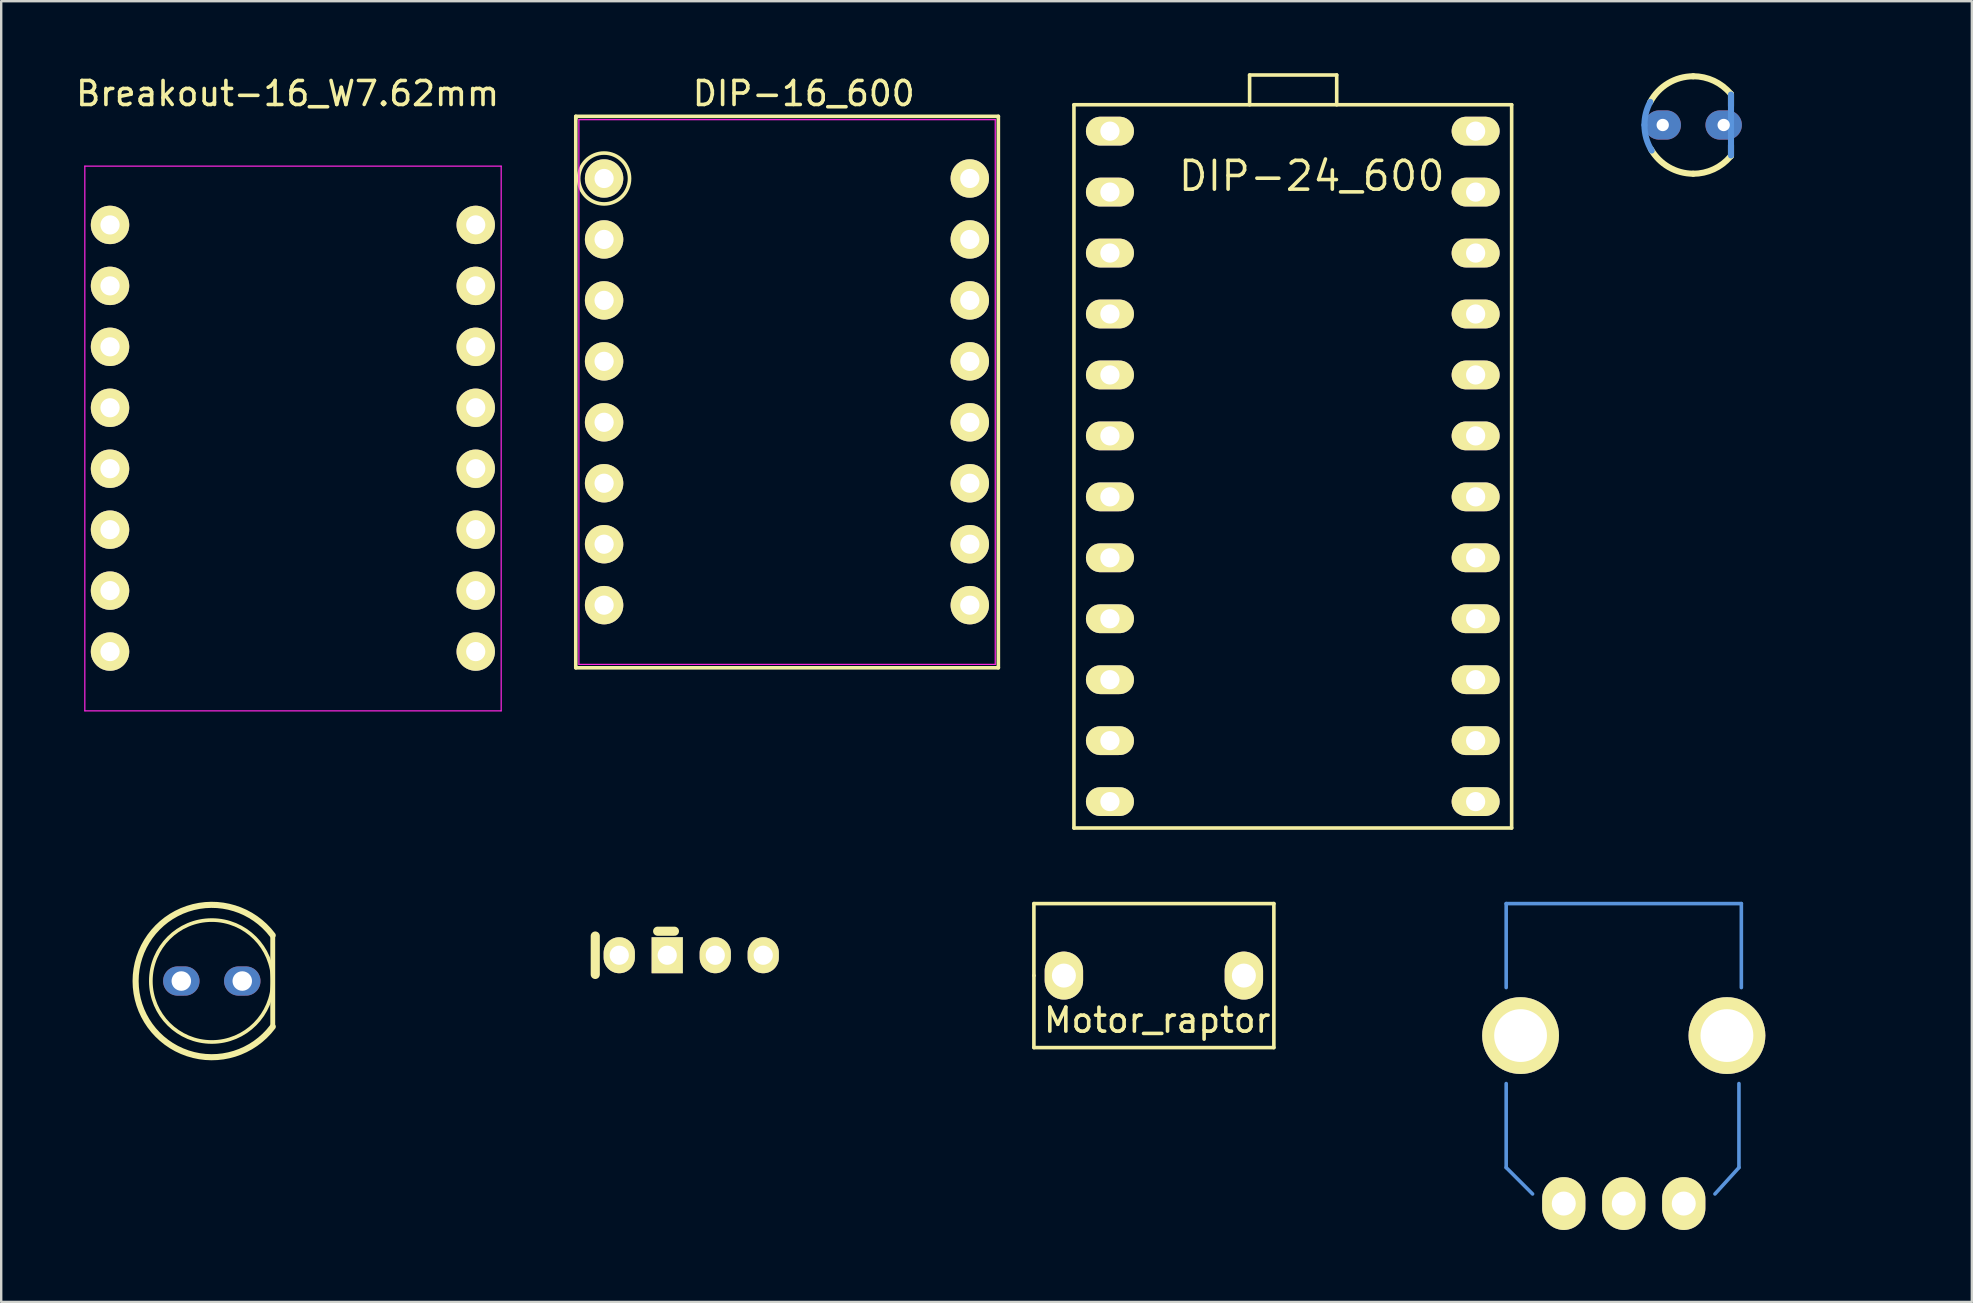
<source format=kicad_pcb>
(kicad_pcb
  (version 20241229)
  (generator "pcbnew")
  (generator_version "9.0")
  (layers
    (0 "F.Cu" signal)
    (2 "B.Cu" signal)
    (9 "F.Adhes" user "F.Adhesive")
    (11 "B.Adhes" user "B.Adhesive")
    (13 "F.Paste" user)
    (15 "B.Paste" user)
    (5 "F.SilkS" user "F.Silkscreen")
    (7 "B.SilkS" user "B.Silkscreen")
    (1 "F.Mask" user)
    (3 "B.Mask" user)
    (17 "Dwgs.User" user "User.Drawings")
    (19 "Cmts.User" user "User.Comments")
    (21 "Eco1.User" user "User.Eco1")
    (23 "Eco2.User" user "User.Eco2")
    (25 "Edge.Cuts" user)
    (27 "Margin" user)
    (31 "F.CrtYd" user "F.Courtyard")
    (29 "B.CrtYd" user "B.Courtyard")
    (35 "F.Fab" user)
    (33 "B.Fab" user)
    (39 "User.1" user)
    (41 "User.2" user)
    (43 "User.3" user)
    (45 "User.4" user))
  (footprint "DIP-16_600"
    (layer "F.Cu")
    (at 22.124 4.388)
    (property "Reference" "DIP-16_600" (at 8.32 -3.54 0) (layer "F.SilkS") (effects (font (size 1 1) (thickness 0.15))))
    (attr through_hole)
    (fp_line (start -1.18 -2.59) (end -1.18 -2.49) (stroke (width 0.15) (type solid)) (layer "F.SilkS"))
    (fp_line (start -1.18 -2.55) (end -1.18 20.39) (stroke (width 0.15) (type solid)) (layer "F.SilkS"))
    (fp_line (start -1.18 20.39) (end 16.43 20.39) (stroke (width 0.15) (type solid)) (layer "F.SilkS"))
    (fp_line (start 16.43 -2.59) (end -1.18 -2.59) (stroke (width 0.15) (type solid)) (layer "F.SilkS"))
    (fp_line (start 16.43 20.39) (end 16.43 -2.59) (stroke (width 0.15) (type solid)) (layer "F.SilkS"))
    (fp_circle (center 0 0) (end 1.05 0.15) (stroke (width 0.15) (type solid)) (fill no) (layer "F.SilkS"))
    (fp_line (start -1.05 -2.45) (end -1.05 20.25) (stroke (width 0.05) (type solid)) (layer "F.CrtYd"))
    (fp_line (start -1.05 -2.45) (end 16.3 -2.45) (stroke (width 0.05) (type solid)) (layer "F.CrtYd"))
    (fp_line (start -1.05 20.25) (end 16.3 20.25) (stroke (width 0.05) (type solid)) (layer "F.CrtYd"))
    (fp_line (start 16.3 -2.45) (end 16.3 20.25) (stroke (width 0.05) (type solid)) (layer "F.CrtYd"))
    (pad "1" thru_hole oval (at 0 0) (size 1.6 1.6) (drill 0.8) (layers "*.Cu" "*.Mask" "F.SilkS"))
    (pad "2" thru_hole oval (at 0 2.54) (size 1.6 1.6) (drill 0.8) (layers "*.Cu" "*.Mask" "F.SilkS"))
    (pad "3" thru_hole oval (at 0 5.08) (size 1.6 1.6) (drill 0.8) (layers "*.Cu" "*.Mask" "F.SilkS"))
    (pad "4" thru_hole oval (at 0 7.62) (size 1.6 1.6) (drill 0.8) (layers "*.Cu" "*.Mask" "F.SilkS"))
    (pad "5" thru_hole oval (at 0 10.16) (size 1.6 1.6) (drill 0.8) (layers "*.Cu" "*.Mask" "F.SilkS"))
    (pad "6" thru_hole oval (at 0 12.7) (size 1.6 1.6) (drill 0.8) (layers "*.Cu" "*.Mask" "F.SilkS"))
    (pad "7" thru_hole oval (at 0 15.24) (size 1.6 1.6) (drill 0.8) (layers "*.Cu" "*.Mask" "F.SilkS"))
    (pad "8" thru_hole oval (at 0 17.78) (size 1.6 1.6) (drill 0.8) (layers "*.Cu" "*.Mask" "F.SilkS"))
    (pad "9" thru_hole oval (at 15.24 17.78) (size 1.6 1.6) (drill 0.8) (layers "*.Cu" "*.Mask" "F.SilkS"))
    (pad "10" thru_hole oval (at 15.24 15.24) (size 1.6 1.6) (drill 0.8) (layers "*.Cu" "*.Mask" "F.SilkS"))
    (pad "11" thru_hole oval (at 15.24 12.7) (size 1.6 1.6) (drill 0.8) (layers "*.Cu" "*.Mask" "F.SilkS"))
    (pad "12" thru_hole oval (at 15.24 10.16) (size 1.6 1.6) (drill 0.8) (layers "*.Cu" "*.Mask" "F.SilkS"))
    (pad "13" thru_hole oval (at 15.24 7.62) (size 1.6 1.6) (drill 0.8) (layers "*.Cu" "*.Mask" "F.SilkS"))
    (pad "14" thru_hole oval (at 15.24 5.08) (size 1.6 1.6) (drill 0.8) (layers "*.Cu" "*.Mask" "F.SilkS"))
    (pad "15" thru_hole oval (at 15.24 2.54) (size 1.6 1.6) (drill 0.8) (layers "*.Cu" "*.Mask" "F.SilkS"))
    (pad "16" thru_hole oval (at 15.24 0) (size 1.6 1.6) (drill 0.8) (layers "*.Cu" "*.Mask" "F.SilkS")))
  (footprint "DIP-24_600"
    (layer "F.Cu")
    (at 50.824 16.015)
    (property "Reference" "DIP-24_600" (at 0.79 -11.73 0) (layer "F.SilkS") (effects (font (size 1.2 1.2) (thickness 0.15))))
    (attr through_hole)
    (fp_line (start -9.12 -14.7) (end 9.12 -14.7) (stroke (width 0.15) (type solid)) (layer "F.SilkS"))
    (fp_line (start -9.12 15.44) (end 9.12 15.44) (stroke (width 0.15) (type solid)) (layer "F.SilkS"))
    (fp_line (start -9.12 -14.7) (end -9.12 15.44) (stroke (width 0.15) (type solid)) (layer "F.SilkS"))
    (fp_line (start -1.8 -15.94) (end 1.83 -15.94) (stroke (width 0.15) (type solid)) (layer "F.SilkS"))
    (fp_line (start -1.8 -14.7) (end -1.8 -15.94) (stroke (width 0.15) (type solid)) (layer "F.SilkS"))
    (fp_line (start 1.83 -15.94) (end 1.83 -14.7) (stroke (width 0.15) (type solid)) (layer "F.SilkS"))
    (fp_line (start 9.12 15.44) (end 9.12 -14.7) (stroke (width 0.15) (type solid)) (layer "F.SilkS"))
    (pad "1" thru_hole oval (at -7.62 -13.6 270) (size 1.2 2) (drill 0.8) (layers "*.Cu" "*.Mask" "F.SilkS"))
    (pad "2" thru_hole oval (at -7.62 -11.06 270) (size 1.2 2) (drill 0.8) (layers "*.Cu" "*.Mask" "F.SilkS"))
    (pad "3" thru_hole oval (at -7.62 -8.52 270) (size 1.2 2) (drill 0.8) (layers "*.Cu" "*.Mask" "F.SilkS"))
    (pad "4" thru_hole oval (at -7.62 -5.98 270) (size 1.2 2) (drill 0.8) (layers "*.Cu" "*.Mask" "F.SilkS"))
    (pad "5" thru_hole oval (at -7.62 -3.44 270) (size 1.2 2) (drill 0.8) (layers "*.Cu" "*.Mask" "F.SilkS"))
    (pad "6" thru_hole oval (at -7.62 -0.9 270) (size 1.2 2) (drill 0.8) (layers "*.Cu" "*.Mask" "F.SilkS"))
    (pad "7" thru_hole oval (at -7.62 1.64 270) (size 1.2 2) (drill 0.8) (layers "*.Cu" "*.Mask" "F.SilkS"))
    (pad "8" thru_hole oval (at -7.62 4.18 270) (size 1.2 2) (drill 0.8) (layers "*.Cu" "*.Mask" "F.SilkS"))
    (pad "9" thru_hole oval (at -7.62 6.72 270) (size 1.2 2) (drill 0.8) (layers "*.Cu" "*.Mask" "F.SilkS"))
    (pad "10" thru_hole oval (at -7.62 9.26 270) (size 1.2 2) (drill 0.8) (layers "*.Cu" "*.Mask" "F.SilkS"))
    (pad "11" thru_hole oval (at -7.62 11.8 270) (size 1.2 2) (drill 0.8) (layers "*.Cu" "*.Mask" "F.SilkS"))
    (pad "12" thru_hole oval (at -7.62 14.34 270) (size 1.2 2) (drill 0.8) (layers "*.Cu" "*.Mask" "F.SilkS"))
    (pad "13" thru_hole oval (at 7.62 14.34 270) (size 1.2 2) (drill 0.8) (layers "*.Cu" "*.Mask" "F.SilkS"))
    (pad "14" thru_hole oval (at 7.62 11.8 270) (size 1.2 2) (drill 0.8) (layers "*.Cu" "*.Mask" "F.SilkS"))
    (pad "15" thru_hole oval (at 7.62 9.26 270) (size 1.2 2) (drill 0.8) (layers "*.Cu" "*.Mask" "F.SilkS"))
    (pad "16" thru_hole oval (at 7.62 6.72 270) (size 1.2 2) (drill 0.8) (layers "*.Cu" "*.Mask" "F.SilkS"))
    (pad "17" thru_hole oval (at 7.62 4.18 270) (size 1.2 2) (drill 0.8) (layers "*.Cu" "*.Mask" "F.SilkS"))
    (pad "18" thru_hole oval (at 7.62 1.64 270) (size 1.2 2) (drill 0.8) (layers "*.Cu" "*.Mask" "F.SilkS"))
    (pad "19" thru_hole oval (at 7.62 -0.9 270) (size 1.2 2) (drill 0.8) (layers "*.Cu" "*.Mask" "F.SilkS"))
    (pad "20" thru_hole oval (at 7.62 -3.44 270) (size 1.2 2) (drill 0.8) (layers "*.Cu" "*.Mask" "F.SilkS"))
    (pad "21" thru_hole oval (at 7.62 -5.98 270) (size 1.2 2) (drill 0.8) (layers "*.Cu" "*.Mask" "F.SilkS"))
    (pad "22" thru_hole oval (at 7.62 -8.52 270) (size 1.2 2) (drill 0.8) (layers "*.Cu" "*.Mask" "F.SilkS"))
    (pad "23" thru_hole oval (at 7.62 -11.06 270) (size 1.2 2) (drill 0.8) (layers "*.Cu" "*.Mask" "F.SilkS"))
    (pad "24" thru_hole oval (at 7.62 -13.6 270) (size 1.2 2) (drill 0.8) (layers "*.Cu" "*.Mask" "F.SilkS")))
  (footprint "LED-RGB-8MM-COM-K-MINIMAL_easy_soldering"
    (layer "F.Cu")
    (at 25.756 36.757)
    (property "Reference" "LED-RGB-8MM-COM-K-MINIMAL_easy_soldering" (at 0 -1.7 0) (layer "Eco1.User") (effects (font (size 0.6 0.6) (thickness 0.1))))
    (attr through_hole)
    (fp_line (start -4 -0.8) (end -4 0.8) (stroke (width 0.381) (type solid)) (layer "F.SilkS"))
    (fp_line (start -1.4 -1.001) (end -0.701 -1.001) (stroke (width 0.381) (type solid)) (layer "F.SilkS"))
    (pad "AB" thru_hole oval (at 3 0) (size 1.3 1.5) (drill 0.8) (layers "*.Cu" "*.Mask" "F.SilkS"))
    (pad "AG" thru_hole oval (at 1.001 0) (size 1.3 1.5) (drill 0.8) (layers "*.Cu" "*.Mask" "F.SilkS"))
    (pad "AR" thru_hole oval (at -3 0) (size 1.3 1.5) (drill 0.8) (layers "*.Cu" "*.Mask" "F.SilkS"))
    (pad "K" thru_hole rect (at -1.001 0) (size 1.3 1.5) (drill 0.8) (layers "*.Cu" "*.Mask" "F.SilkS")))
  (footprint "POT_RV09_VERT_easySoldering"
    (layer "F.Cu")
    (at 64.616 40.105)
    (property "Reference" "POT_RV09_VERT_easySoldering" (at 0 4.5 0) (layer "Eco1.User") (effects (font (size 1 1) (thickness 0.15))))
    (attr through_hole)
    (fp_line (start -4.9 -5.5) (end 4.9 -5.5) (stroke (width 0.15) (type solid)) (layer "Cmts.User"))
    (fp_line (start -4.9 -2) (end -4.9 -5.5) (stroke (width 0.15) (type solid)) (layer "Cmts.User"))
    (fp_line (start -4.9 2) (end -4.9 5.5) (stroke (width 0.15) (type solid)) (layer "Cmts.User"))
    (fp_line (start -4.9 5.5) (end -3.8 6.6) (stroke (width 0.15) (type solid)) (layer "Cmts.User"))
    (fp_line (start 3.8 6.6) (end 4.8 5.5) (stroke (width 0.15) (type solid)) (layer "Cmts.User"))
    (fp_line (start 4.8 5.5) (end 4.8 2) (stroke (width 0.15) (type solid)) (layer "Cmts.User"))
    (fp_line (start 4.9 -5.5) (end 4.9 -2) (stroke (width 0.15) (type solid)) (layer "Cmts.User"))
    (pad "" thru_hole circle (at -4.3 0) (size 3.2 3.2) (drill 2.2) (layers "*.Cu" "*.Mask" "F.SilkS"))
    (pad "" thru_hole circle (at 4.3 0) (size 3.2 3.2) (drill 2.2) (layers "*.Cu" "*.Mask" "F.SilkS"))
    (pad "1" thru_hole oval (at -2.5 7) (size 1.8 2.2) (drill 1) (layers "*.Cu" "*.Mask" "F.SilkS"))
    (pad "2" thru_hole oval (at 2.5 7) (size 1.8 2.2) (drill 1) (layers "*.Cu" "*.Mask" "F.SilkS"))
    (pad "W" thru_hole oval (at 0 7) (size 1.8 2.2) (drill 1) (layers "*.Cu" "*.Mask" "F.SilkS")))
  (footprint "Breakout-16_W7.62mm"
    (layer "F.Cu")
    (at 1.535 6.323)
    (property "Reference" "Breakout-16_W7.62mm" (at 7.4 -5.475 0) (layer "F.SilkS") (effects (font (size 1 1) (thickness 0.15))))
    (attr through_hole)
    (fp_line (start -1.05 -2.45) (end -1.05 20.25) (stroke (width 0.05) (type solid)) (layer "F.CrtYd"))
    (fp_line (start -1.05 -2.45) (end 16.3 -2.45) (stroke (width 0.05) (type solid)) (layer "F.CrtYd"))
    (fp_line (start -1.05 20.25) (end 16.3 20.25) (stroke (width 0.05) (type solid)) (layer "F.CrtYd"))
    (fp_line (start 16.3 -2.45) (end 16.3 20.25) (stroke (width 0.05) (type solid)) (layer "F.CrtYd"))
    (pad "1" thru_hole oval (at 0 0) (size 1.6 1.6) (drill 0.8) (layers "*.Cu" "*.Mask" "F.SilkS"))
    (pad "2" thru_hole oval (at 0 2.54) (size 1.6 1.6) (drill 0.8) (layers "*.Cu" "*.Mask" "F.SilkS"))
    (pad "3" thru_hole oval (at 0 5.08) (size 1.6 1.6) (drill 0.8) (layers "*.Cu" "*.Mask" "F.SilkS"))
    (pad "4" thru_hole oval (at 0 7.62) (size 1.6 1.6) (drill 0.8) (layers "*.Cu" "*.Mask" "F.SilkS"))
    (pad "5" thru_hole oval (at 0 10.16) (size 1.6 1.6) (drill 0.8) (layers "*.Cu" "*.Mask" "F.SilkS"))
    (pad "6" thru_hole oval (at 0 12.7) (size 1.6 1.6) (drill 0.8) (layers "*.Cu" "*.Mask" "F.SilkS"))
    (pad "7" thru_hole oval (at 0 15.24) (size 1.6 1.6) (drill 0.8) (layers "*.Cu" "*.Mask" "F.SilkS"))
    (pad "8" thru_hole oval (at 0 17.78) (size 1.6 1.6) (drill 0.8) (layers "*.Cu" "*.Mask" "F.SilkS"))
    (pad "9" thru_hole oval (at 15.24 17.78) (size 1.6 1.6) (drill 0.8) (layers "*.Cu" "*.Mask" "F.SilkS"))
    (pad "10" thru_hole oval (at 15.24 15.24) (size 1.6 1.6) (drill 0.8) (layers "*.Cu" "*.Mask" "F.SilkS"))
    (pad "11" thru_hole oval (at 15.24 12.7) (size 1.6 1.6) (drill 0.8) (layers "*.Cu" "*.Mask" "F.SilkS"))
    (pad "12" thru_hole oval (at 15.24 10.16) (size 1.6 1.6) (drill 0.8) (layers "*.Cu" "*.Mask" "F.SilkS"))
    (pad "13" thru_hole oval (at 15.24 7.62) (size 1.6 1.6) (drill 0.8) (layers "*.Cu" "*.Mask" "F.SilkS"))
    (pad "14" thru_hole oval (at 15.24 5.08) (size 1.6 1.6) (drill 0.8) (layers "*.Cu" "*.Mask" "F.SilkS"))
    (pad "15" thru_hole oval (at 15.24 2.54) (size 1.6 1.6) (drill 0.8) (layers "*.Cu" "*.Mask" "F.SilkS"))
    (pad "16" thru_hole oval (at 15.24 0) (size 1.6 1.6) (drill 0.8) (layers "*.Cu" "*.Mask" "F.SilkS")))
  (footprint "LED3MM_easy_soldering"
    (layer "F.Cu")
    (at 67.51 2.159)
    (property "Reference" "LED3MM_easy_soldering" (at 0 1.27 0) (layer "Eco1.User") (effects (font (size 0.5 0.5) (thickness 0.075))))
    (attr through_hole)
    (fp_line (start 1.575 -1.295) (end 1.575 -0.787) (stroke (width 0.254) (type solid)) (layer "F.SilkS"))
    (fp_line (start 1.575 1.295) (end 1.575 0.838) (stroke (width 0.254) (type solid)) (layer "F.SilkS"))
    (fp_arc (start -1.7907 -0.95504) (mid -1.044567 -1.739997) (end -0.000975 -2.02946) (stroke (width 0.254) (type solid)) (layer "F.SilkS"))
    (fp_arc (start -0.003213 2.029539) (mid -1.020615 1.754247) (end -1.76276 1.00584) (stroke (width 0.254) (type solid)) (layer "F.SilkS"))
    (fp_arc (start 0 -2.032) (mid 0.860367 -1.840867) (end 1.55888 -1.303426) (stroke (width 0.254) (type solid)) (layer "F.SilkS"))
    (fp_arc (start 1.549742 1.314277) (mid 0.853936 1.843859) (end 0 2.032) (stroke (width 0.254) (type solid)) (layer "F.SilkS"))
    (fp_line (start 1.575 1.27) (end 1.575 -1.27) (stroke (width 0.254) (type solid)) (layer "Cmts.User"))
    (fp_arc (start -2.032 0) (mid -1.970347 -0.496745) (end -1.78913 -0.963347) (stroke (width 0.254) (type solid)) (layer "Cmts.User"))
    (fp_arc (start -1.730709 1.064739) (mid -1.955227 0.553273) (end -2.032 0) (stroke (width 0.254) (type solid)) (layer "Cmts.User"))
    (pad "A" thru_hole oval (at -1.27 0) (size 1.519 1.219) (drill 0.513) (layers "*.Cu" "*.Mask"))
    (pad "K" thru_hole oval (at 1.27 0) (size 1.519 1.219) (drill 0.513) (layers "*.Cu" "*.Mask")))
  (footprint "Motor_raptor"
    (layer "F.Cu")
    (at 45.035 37.605)
    (property "Reference" "Motor_raptor" (at 0.14 1.86 0) (layer "F.SilkS") (effects (font (size 1 1) (thickness 0.15))))
    (attr through_hole)
    (fp_line (start -5 -3) (end 5 -3) (stroke (width 0.15) (type solid)) (layer "F.SilkS"))
    (fp_line (start -5 0) (end -5 -3) (stroke (width 0.15) (type solid)) (layer "F.SilkS"))
    (fp_line (start -5 3) (end -5 0) (stroke (width 0.15) (type solid)) (layer "F.SilkS"))
    (fp_line (start 5 -3) (end 5 3) (stroke (width 0.15) (type solid)) (layer "F.SilkS"))
    (fp_line (start 5 3) (end -5 3) (stroke (width 0.15) (type solid)) (layer "F.SilkS"))
    (pad "1" thru_hole oval (at -3.75 0) (size 1.6 2) (drill 1) (layers "*.Cu" "*.Mask" "F.SilkS"))
    (pad "2" thru_hole oval (at 3.75 0) (size 1.6 2) (drill 1) (layers "*.Cu" "*.Mask" "F.SilkS")))
  (footprint "LED-5MM_easy_soldering"
    (layer "F.Cu")
    (at 5.776 37.832)
    (property "Reference" "LED-5MM_easy_soldering" (at 0 -1.5 0) (layer "Eco1.User") (effects (font (size 0.6 0.6) (thickness 0.1))))
    (attr through_hole)
    (fp_line (start 2.54 1.905) (end 2.54 -1.905) (stroke (width 0.203) (type solid)) (layer "F.SilkS"))
    (fp_arc (start 2.54 1.905) (mid -3.175 0.001668) (end 2.537997 -1.907668) (stroke (width 0.254) (type solid)) (layer "F.SilkS"))
    (fp_circle (center 0 0) (end 2.54 0) (stroke (width 0.152) (type solid)) (fill no) (layer "F.SilkS"))
    (pad "A" thru_hole oval (at -1.27 0) (size 1.519 1.219) (drill 0.813) (layers "*.Cu" "*.Mask"))
    (pad "K" thru_hole oval (at 1.27 0) (size 1.519 1.219) (drill 0.813) (layers "*.Cu" "*.Mask")))
  (gr_rect
    (start -3 -3)
    (end 79.122 51.205)
    (stroke (width 0.1) (type default))
    (fill no)
    (layer "Edge.Cuts")))
</source>
